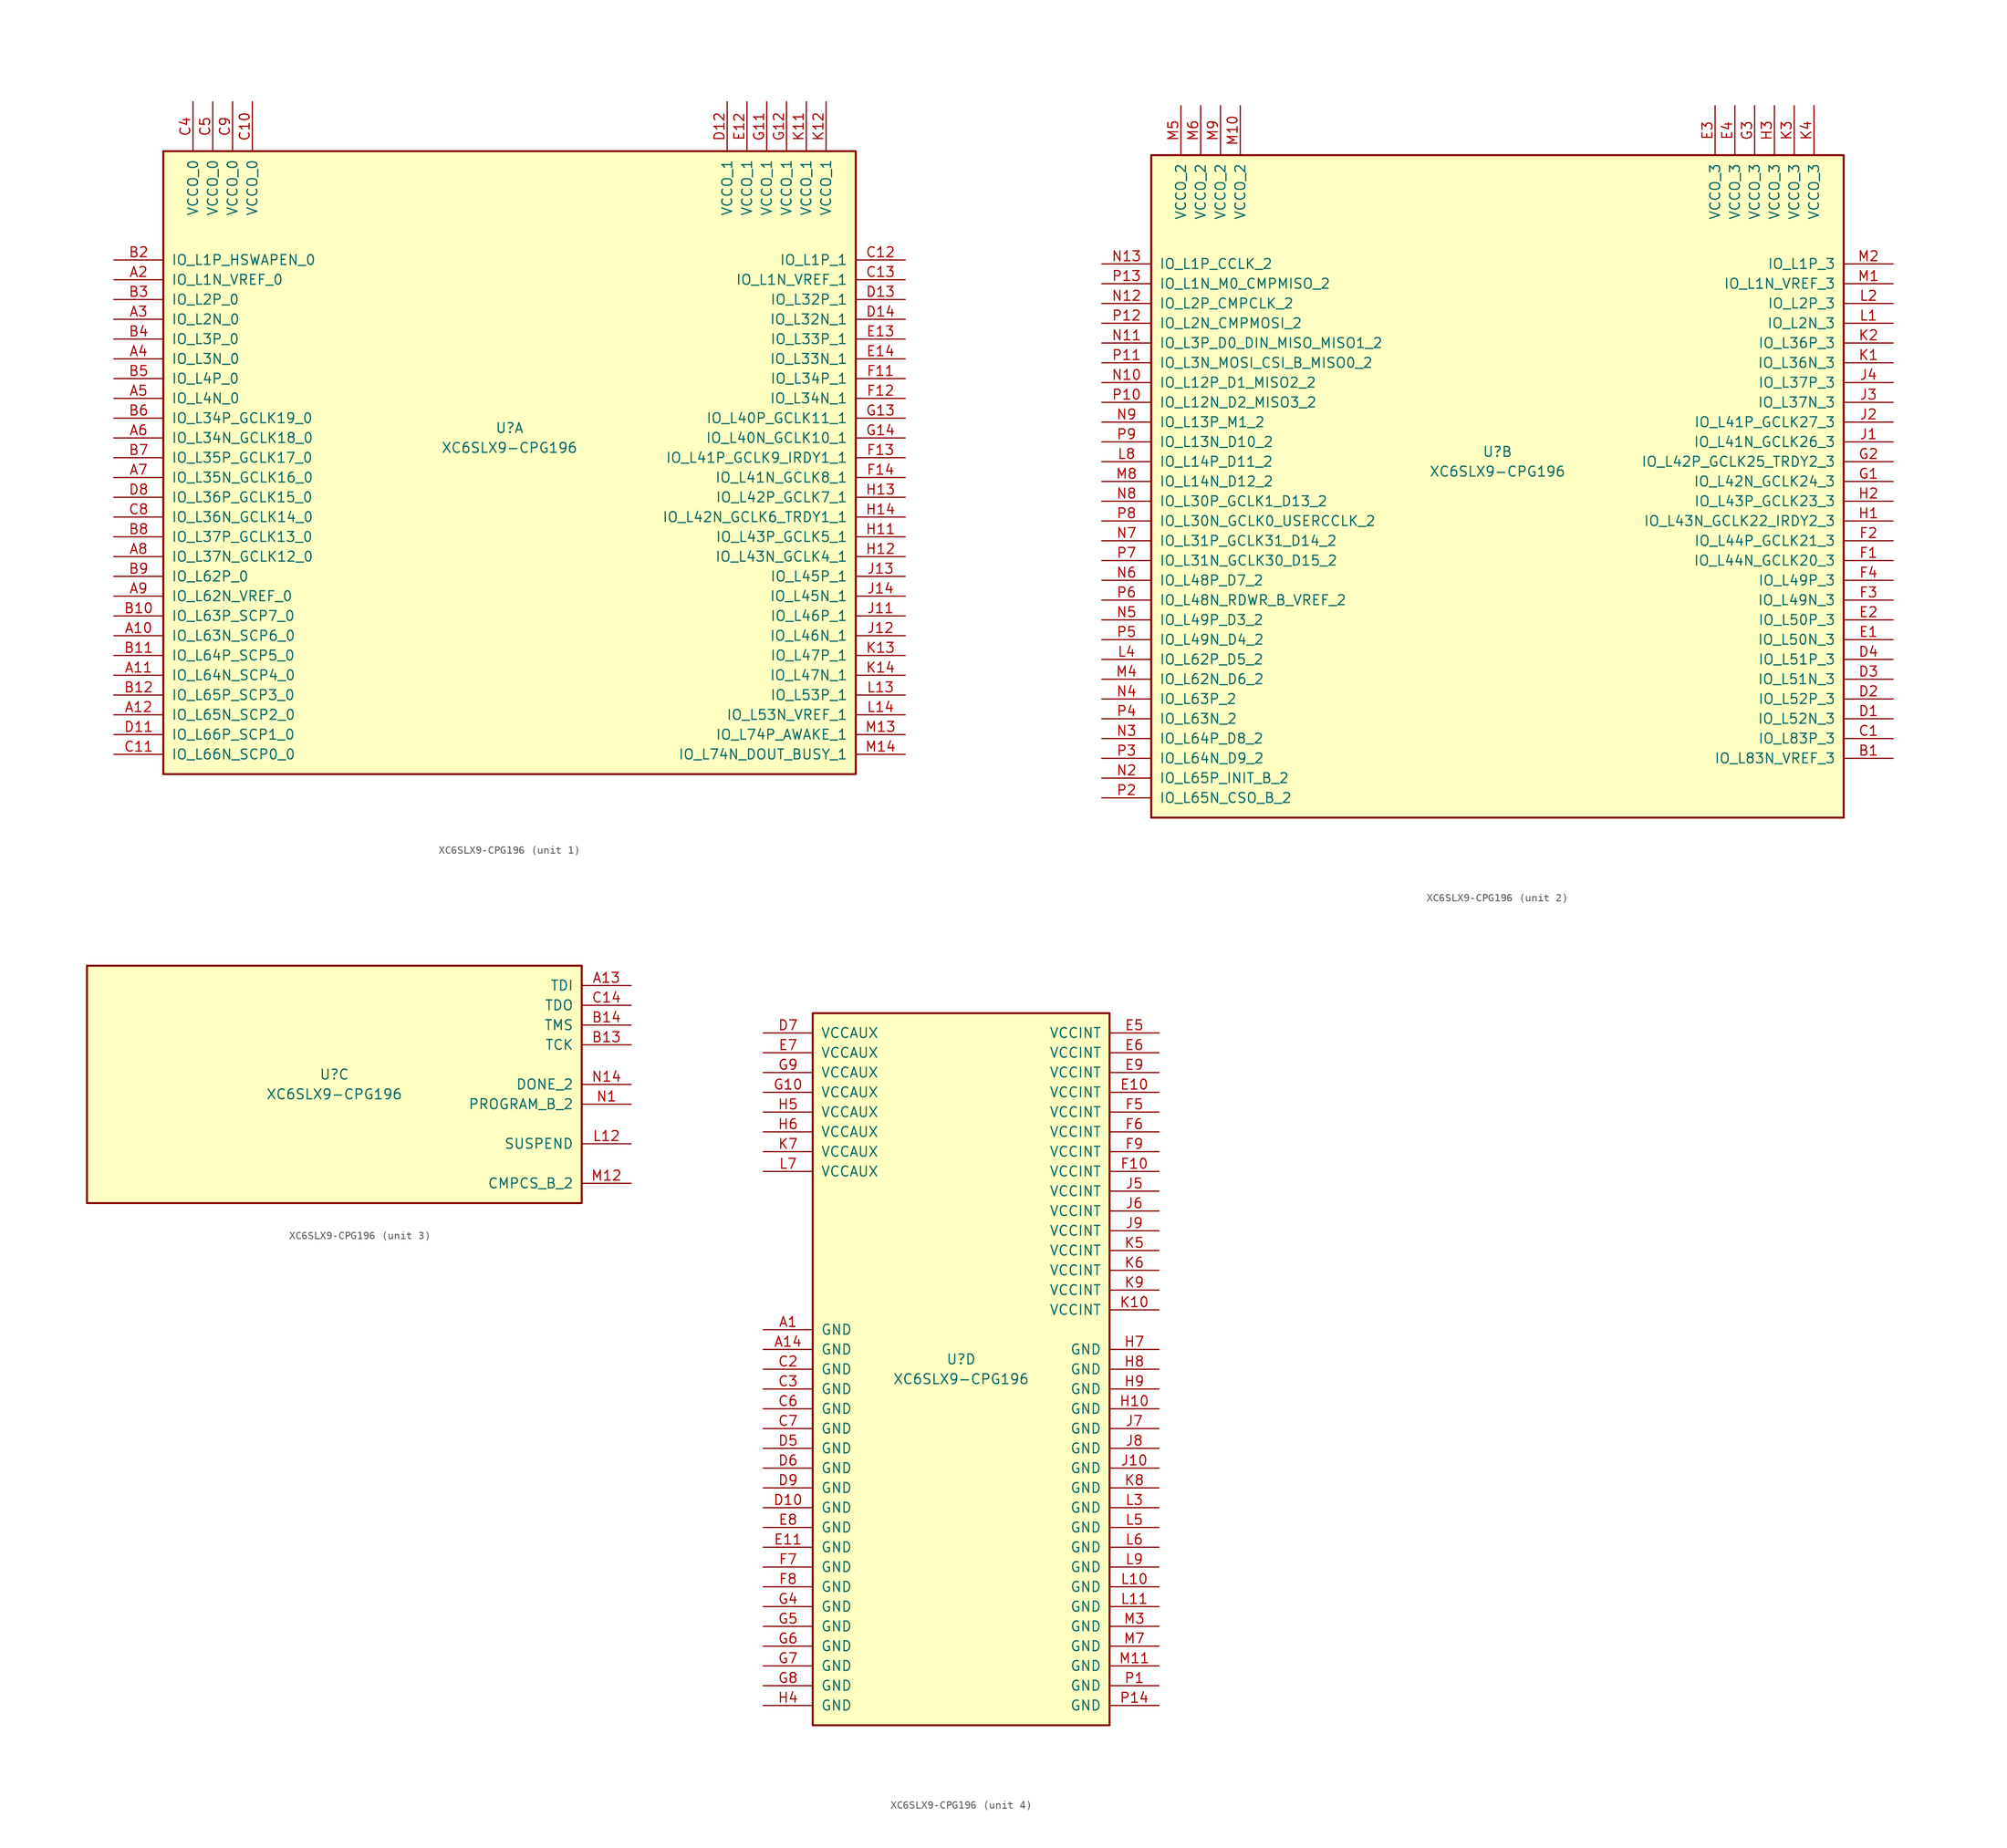
<source format=kicad_sym>
(kicad_symbol_lib
  (version 20201005)
  (generator kicad_symbol_editor)
  (symbol "FPGA_Xilinx_Spartan6:XC6SLX9-CPG196"
    (pin_names
      (offset 1.016))
    (property "Reference" "U"
      (at 0 1.27 0)
      (effects (font (size 1.27 1.27))))
    (property "Value" "XC6SLX9-CPG196"
      (at 0 -1.27 0)
      (effects (font (size 1.27 1.27))))
    (property "Datasheet" ""
      (at 0 0 0)
      (effects (font (size 1.27 1.27))))
    (property "ki_locked" ""
      (at 0 0 0)
      (effects (font (size 1.27 1.27))))
    (symbol "XC6SLX9-CPG196_1_1"
      (rectangle (start -44.45 36.83) (end 44.45 -43.18) (stroke (width 0.254)) (fill (type background)))
      (pin power_in line (at -40.64 43.18 270) (length 6.35) (name "VCCO_0" (effects (font (size 1.27 1.27)))) (number "C4" (effects (font (size 1.27 1.27)))))
      (pin power_in line (at -38.1 43.18 270) (length 6.35) (name "VCCO_0" (effects (font (size 1.27 1.27)))) (number "C5" (effects (font (size 1.27 1.27)))))
      (pin power_in line (at -35.56 43.18 270) (length 6.35) (name "VCCO_0" (effects (font (size 1.27 1.27)))) (number "C9" (effects (font (size 1.27 1.27)))))
      (pin power_in line (at -33.02 43.18 270) (length 6.35) (name "VCCO_0" (effects (font (size 1.27 1.27)))) (number "C10" (effects (font (size 1.27 1.27)))))
      (pin bidirectional line (at -50.8 22.86 0) (length 6.35) (name "IO_L1P_HSWAPEN_0" (effects (font (size 1.27 1.27)))) (number "B2" (effects (font (size 1.27 1.27)))))
      (pin bidirectional line (at -50.8 20.32 0) (length 6.35) (name "IO_L1N_VREF_0" (effects (font (size 1.27 1.27)))) (number "A2" (effects (font (size 1.27 1.27)))))
      (pin bidirectional line (at -50.8 17.78 0) (length 6.35) (name "IO_L2P_0" (effects (font (size 1.27 1.27)))) (number "B3" (effects (font (size 1.27 1.27)))))
      (pin bidirectional line (at -50.8 15.24 0) (length 6.35) (name "IO_L2N_0" (effects (font (size 1.27 1.27)))) (number "A3" (effects (font (size 1.27 1.27)))))
      (pin bidirectional line (at -50.8 12.7 0) (length 6.35) (name "IO_L3P_0" (effects (font (size 1.27 1.27)))) (number "B4" (effects (font (size 1.27 1.27)))))
      (pin bidirectional line (at -50.8 10.16 0) (length 6.35) (name "IO_L3N_0" (effects (font (size 1.27 1.27)))) (number "A4" (effects (font (size 1.27 1.27)))))
      (pin bidirectional line (at -50.8 7.62 0) (length 6.35) (name "IO_L4P_0" (effects (font (size 1.27 1.27)))) (number "B5" (effects (font (size 1.27 1.27)))))
      (pin bidirectional line (at -50.8 5.08 0) (length 6.35) (name "IO_L4N_0" (effects (font (size 1.27 1.27)))) (number "A5" (effects (font (size 1.27 1.27)))))
      (pin bidirectional line (at -50.8 2.54 0) (length 6.35) (name "IO_L34P_GCLK19_0" (effects (font (size 1.27 1.27)))) (number "B6" (effects (font (size 1.27 1.27)))))
      (pin bidirectional line (at -50.8 0 0) (length 6.35) (name "IO_L34N_GCLK18_0" (effects (font (size 1.27 1.27)))) (number "A6" (effects (font (size 1.27 1.27)))))
      (pin bidirectional line (at -50.8 -2.54 0) (length 6.35) (name "IO_L35P_GCLK17_0" (effects (font (size 1.27 1.27)))) (number "B7" (effects (font (size 1.27 1.27)))))
      (pin bidirectional line (at -50.8 -5.08 0) (length 6.35) (name "IO_L35N_GCLK16_0" (effects (font (size 1.27 1.27)))) (number "A7" (effects (font (size 1.27 1.27)))))
      (pin bidirectional line (at -50.8 -7.62 0) (length 6.35) (name "IO_L36P_GCLK15_0" (effects (font (size 1.27 1.27)))) (number "D8" (effects (font (size 1.27 1.27)))))
      (pin bidirectional line (at -50.8 -10.16 0) (length 6.35) (name "IO_L36N_GCLK14_0" (effects (font (size 1.27 1.27)))) (number "C8" (effects (font (size 1.27 1.27)))))
      (pin bidirectional line (at -50.8 -12.7 0) (length 6.35) (name "IO_L37P_GCLK13_0" (effects (font (size 1.27 1.27)))) (number "B8" (effects (font (size 1.27 1.27)))))
      (pin bidirectional line (at -50.8 -15.24 0) (length 6.35) (name "IO_L37N_GCLK12_0" (effects (font (size 1.27 1.27)))) (number "A8" (effects (font (size 1.27 1.27)))))
      (pin bidirectional line (at -50.8 -17.78 0) (length 6.35) (name "IO_L62P_0" (effects (font (size 1.27 1.27)))) (number "B9" (effects (font (size 1.27 1.27)))))
      (pin bidirectional line (at -50.8 -20.32 0) (length 6.35) (name "IO_L62N_VREF_0" (effects (font (size 1.27 1.27)))) (number "A9" (effects (font (size 1.27 1.27)))))
      (pin bidirectional line (at -50.8 -22.86 0) (length 6.35) (name "IO_L63P_SCP7_0" (effects (font (size 1.27 1.27)))) (number "B10" (effects (font (size 1.27 1.27)))))
      (pin bidirectional line (at -50.8 -25.4 0) (length 6.35) (name "IO_L63N_SCP6_0" (effects (font (size 1.27 1.27)))) (number "A10" (effects (font (size 1.27 1.27)))))
      (pin bidirectional line (at -50.8 -27.94 0) (length 6.35) (name "IO_L64P_SCP5_0" (effects (font (size 1.27 1.27)))) (number "B11" (effects (font (size 1.27 1.27)))))
      (pin bidirectional line (at -50.8 -30.48 0) (length 6.35) (name "IO_L64N_SCP4_0" (effects (font (size 1.27 1.27)))) (number "A11" (effects (font (size 1.27 1.27)))))
      (pin bidirectional line (at -50.8 -33.02 0) (length 6.35) (name "IO_L65P_SCP3_0" (effects (font (size 1.27 1.27)))) (number "B12" (effects (font (size 1.27 1.27)))))
      (pin bidirectional line (at -50.8 -35.56 0) (length 6.35) (name "IO_L65N_SCP2_0" (effects (font (size 1.27 1.27)))) (number "A12" (effects (font (size 1.27 1.27)))))
      (pin bidirectional line (at -50.8 -38.1 0) (length 6.35) (name "IO_L66P_SCP1_0" (effects (font (size 1.27 1.27)))) (number "D11" (effects (font (size 1.27 1.27)))))
      (pin bidirectional line (at -50.8 -40.64 0) (length 6.35) (name "IO_L66N_SCP0_0" (effects (font (size 1.27 1.27)))) (number "C11" (effects (font (size 1.27 1.27)))))
      (pin power_in line (at 27.94 43.18 270) (length 6.35) (name "VCCO_1" (effects (font (size 1.27 1.27)))) (number "D12" (effects (font (size 1.27 1.27)))))
      (pin power_in line (at 30.48 43.18 270) (length 6.35) (name "VCCO_1" (effects (font (size 1.27 1.27)))) (number "E12" (effects (font (size 1.27 1.27)))))
      (pin power_in line (at 33.02 43.18 270) (length 6.35) (name "VCCO_1" (effects (font (size 1.27 1.27)))) (number "G11" (effects (font (size 1.27 1.27)))))
      (pin power_in line (at 35.56 43.18 270) (length 6.35) (name "VCCO_1" (effects (font (size 1.27 1.27)))) (number "G12" (effects (font (size 1.27 1.27)))))
      (pin power_in line (at 38.1 43.18 270) (length 6.35) (name "VCCO_1" (effects (font (size 1.27 1.27)))) (number "K11" (effects (font (size 1.27 1.27)))))
      (pin power_in line (at 40.64 43.18 270) (length 6.35) (name "VCCO_1" (effects (font (size 1.27 1.27)))) (number "K12" (effects (font (size 1.27 1.27)))))
      (pin bidirectional line (at 50.8 22.86 180) (length 6.35) (name "IO_L1P_1" (effects (font (size 1.27 1.27)))) (number "C12" (effects (font (size 1.27 1.27)))))
      (pin bidirectional line (at 50.8 20.32 180) (length 6.35) (name "IO_L1N_VREF_1" (effects (font (size 1.27 1.27)))) (number "C13" (effects (font (size 1.27 1.27)))))
      (pin bidirectional line (at 50.8 17.78 180) (length 6.35) (name "IO_L32P_1" (effects (font (size 1.27 1.27)))) (number "D13" (effects (font (size 1.27 1.27)))))
      (pin bidirectional line (at 50.8 15.24 180) (length 6.35) (name "IO_L32N_1" (effects (font (size 1.27 1.27)))) (number "D14" (effects (font (size 1.27 1.27)))))
      (pin bidirectional line (at 50.8 12.7 180) (length 6.35) (name "IO_L33P_1" (effects (font (size 1.27 1.27)))) (number "E13" (effects (font (size 1.27 1.27)))))
      (pin bidirectional line (at 50.8 10.16 180) (length 6.35) (name "IO_L33N_1" (effects (font (size 1.27 1.27)))) (number "E14" (effects (font (size 1.27 1.27)))))
      (pin bidirectional line (at 50.8 7.62 180) (length 6.35) (name "IO_L34P_1" (effects (font (size 1.27 1.27)))) (number "F11" (effects (font (size 1.27 1.27)))))
      (pin bidirectional line (at 50.8 5.08 180) (length 6.35) (name "IO_L34N_1" (effects (font (size 1.27 1.27)))) (number "F12" (effects (font (size 1.27 1.27)))))
      (pin bidirectional line (at 50.8 2.54 180) (length 6.35) (name "IO_L40P_GCLK11_1" (effects (font (size 1.27 1.27)))) (number "G13" (effects (font (size 1.27 1.27)))))
      (pin bidirectional line (at 50.8 0 180) (length 6.35) (name "IO_L40N_GCLK10_1" (effects (font (size 1.27 1.27)))) (number "G14" (effects (font (size 1.27 1.27)))))
      (pin bidirectional line (at 50.8 -2.54 180) (length 6.35) (name "IO_L41P_GCLK9_IRDY1_1" (effects (font (size 1.27 1.27)))) (number "F13" (effects (font (size 1.27 1.27)))))
      (pin bidirectional line (at 50.8 -5.08 180) (length 6.35) (name "IO_L41N_GCLK8_1" (effects (font (size 1.27 1.27)))) (number "F14" (effects (font (size 1.27 1.27)))))
      (pin bidirectional line (at 50.8 -7.62 180) (length 6.35) (name "IO_L42P_GCLK7_1" (effects (font (size 1.27 1.27)))) (number "H13" (effects (font (size 1.27 1.27)))))
      (pin bidirectional line (at 50.8 -10.16 180) (length 6.35) (name "IO_L42N_GCLK6_TRDY1_1" (effects (font (size 1.27 1.27)))) (number "H14" (effects (font (size 1.27 1.27)))))
      (pin bidirectional line (at 50.8 -12.7 180) (length 6.35) (name "IO_L43P_GCLK5_1" (effects (font (size 1.27 1.27)))) (number "H11" (effects (font (size 1.27 1.27)))))
      (pin bidirectional line (at 50.8 -15.24 180) (length 6.35) (name "IO_L43N_GCLK4_1" (effects (font (size 1.27 1.27)))) (number "H12" (effects (font (size 1.27 1.27)))))
      (pin bidirectional line (at 50.8 -17.78 180) (length 6.35) (name "IO_L45P_1" (effects (font (size 1.27 1.27)))) (number "J13" (effects (font (size 1.27 1.27)))))
      (pin bidirectional line (at 50.8 -20.32 180) (length 6.35) (name "IO_L45N_1" (effects (font (size 1.27 1.27)))) (number "J14" (effects (font (size 1.27 1.27)))))
      (pin bidirectional line (at 50.8 -22.86 180) (length 6.35) (name "IO_L46P_1" (effects (font (size 1.27 1.27)))) (number "J11" (effects (font (size 1.27 1.27)))))
      (pin bidirectional line (at 50.8 -25.4 180) (length 6.35) (name "IO_L46N_1" (effects (font (size 1.27 1.27)))) (number "J12" (effects (font (size 1.27 1.27)))))
      (pin bidirectional line (at 50.8 -27.94 180) (length 6.35) (name "IO_L47P_1" (effects (font (size 1.27 1.27)))) (number "K13" (effects (font (size 1.27 1.27)))))
      (pin bidirectional line (at 50.8 -30.48 180) (length 6.35) (name "IO_L47N_1" (effects (font (size 1.27 1.27)))) (number "K14" (effects (font (size 1.27 1.27)))))
      (pin bidirectional line (at 50.8 -33.02 180) (length 6.35) (name "IO_L53P_1" (effects (font (size 1.27 1.27)))) (number "L13" (effects (font (size 1.27 1.27)))))
      (pin bidirectional line (at 50.8 -35.56 180) (length 6.35) (name "IO_L53N_VREF_1" (effects (font (size 1.27 1.27)))) (number "L14" (effects (font (size 1.27 1.27)))))
      (pin bidirectional line (at 50.8 -38.1 180) (length 6.35) (name "IO_L74P_AWAKE_1" (effects (font (size 1.27 1.27)))) (number "M13" (effects (font (size 1.27 1.27)))))
      (pin bidirectional line (at 50.8 -40.64 180) (length 6.35) (name "IO_L74N_DOUT_BUSY_1" (effects (font (size 1.27 1.27)))) (number "M14" (effects (font (size 1.27 1.27))))))
    (symbol "XC6SLX9-CPG196_2_1"
      (rectangle (start -44.45 39.37) (end 44.45 -45.72) (stroke (width 0.254)) (fill (type background)))
      (pin power_in line (at -40.64 45.72 270) (length 6.35) (name "VCCO_2" (effects (font (size 1.27 1.27)))) (number "M5" (effects (font (size 1.27 1.27)))))
      (pin power_in line (at -38.1 45.72 270) (length 6.35) (name "VCCO_2" (effects (font (size 1.27 1.27)))) (number "M6" (effects (font (size 1.27 1.27)))))
      (pin power_in line (at -35.56 45.72 270) (length 6.35) (name "VCCO_2" (effects (font (size 1.27 1.27)))) (number "M9" (effects (font (size 1.27 1.27)))))
      (pin power_in line (at -33.02 45.72 270) (length 6.35) (name "VCCO_2" (effects (font (size 1.27 1.27)))) (number "M10" (effects (font (size 1.27 1.27)))))
      (pin bidirectional line (at -50.8 25.4 0) (length 6.35) (name "IO_L1P_CCLK_2" (effects (font (size 1.27 1.27)))) (number "N13" (effects (font (size 1.27 1.27)))))
      (pin bidirectional line (at -50.8 22.86 0) (length 6.35) (name "IO_L1N_M0_CMPMISO_2" (effects (font (size 1.27 1.27)))) (number "P13" (effects (font (size 1.27 1.27)))))
      (pin bidirectional line (at -50.8 20.32 0) (length 6.35) (name "IO_L2P_CMPCLK_2" (effects (font (size 1.27 1.27)))) (number "N12" (effects (font (size 1.27 1.27)))))
      (pin bidirectional line (at -50.8 17.78 0) (length 6.35) (name "IO_L2N_CMPMOSI_2" (effects (font (size 1.27 1.27)))) (number "P12" (effects (font (size 1.27 1.27)))))
      (pin bidirectional line (at -50.8 15.24 0) (length 6.35) (name "IO_L3P_D0_DIN_MISO_MISO1_2" (effects (font (size 1.27 1.27)))) (number "N11" (effects (font (size 1.27 1.27)))))
      (pin bidirectional line (at -50.8 12.7 0) (length 6.35) (name "IO_L3N_MOSI_CSI_B_MISO0_2" (effects (font (size 1.27 1.27)))) (number "P11" (effects (font (size 1.27 1.27)))))
      (pin bidirectional line (at -50.8 10.16 0) (length 6.35) (name "IO_L12P_D1_MISO2_2" (effects (font (size 1.27 1.27)))) (number "N10" (effects (font (size 1.27 1.27)))))
      (pin bidirectional line (at -50.8 7.62 0) (length 6.35) (name "IO_L12N_D2_MISO3_2" (effects (font (size 1.27 1.27)))) (number "P10" (effects (font (size 1.27 1.27)))))
      (pin bidirectional line (at -50.8 5.08 0) (length 6.35) (name "IO_L13P_M1_2" (effects (font (size 1.27 1.27)))) (number "N9" (effects (font (size 1.27 1.27)))))
      (pin bidirectional line (at -50.8 2.54 0) (length 6.35) (name "IO_L13N_D10_2" (effects (font (size 1.27 1.27)))) (number "P9" (effects (font (size 1.27 1.27)))))
      (pin bidirectional line (at -50.8 0 0) (length 6.35) (name "IO_L14P_D11_2" (effects (font (size 1.27 1.27)))) (number "L8" (effects (font (size 1.27 1.27)))))
      (pin bidirectional line (at -50.8 -2.54 0) (length 6.35) (name "IO_L14N_D12_2" (effects (font (size 1.27 1.27)))) (number "M8" (effects (font (size 1.27 1.27)))))
      (pin bidirectional line (at -50.8 -5.08 0) (length 6.35) (name "IO_L30P_GCLK1_D13_2" (effects (font (size 1.27 1.27)))) (number "N8" (effects (font (size 1.27 1.27)))))
      (pin bidirectional line (at -50.8 -7.62 0) (length 6.35) (name "IO_L30N_GCLK0_USERCCLK_2" (effects (font (size 1.27 1.27)))) (number "P8" (effects (font (size 1.27 1.27)))))
      (pin bidirectional line (at -50.8 -10.16 0) (length 6.35) (name "IO_L31P_GCLK31_D14_2" (effects (font (size 1.27 1.27)))) (number "N7" (effects (font (size 1.27 1.27)))))
      (pin bidirectional line (at -50.8 -12.7 0) (length 6.35) (name "IO_L31N_GCLK30_D15_2" (effects (font (size 1.27 1.27)))) (number "P7" (effects (font (size 1.27 1.27)))))
      (pin bidirectional line (at -50.8 -15.24 0) (length 6.35) (name "IO_L48P_D7_2" (effects (font (size 1.27 1.27)))) (number "N6" (effects (font (size 1.27 1.27)))))
      (pin bidirectional line (at -50.8 -17.78 0) (length 6.35) (name "IO_L48N_RDWR_B_VREF_2" (effects (font (size 1.27 1.27)))) (number "P6" (effects (font (size 1.27 1.27)))))
      (pin bidirectional line (at -50.8 -20.32 0) (length 6.35) (name "IO_L49P_D3_2" (effects (font (size 1.27 1.27)))) (number "N5" (effects (font (size 1.27 1.27)))))
      (pin bidirectional line (at -50.8 -22.86 0) (length 6.35) (name "IO_L49N_D4_2" (effects (font (size 1.27 1.27)))) (number "P5" (effects (font (size 1.27 1.27)))))
      (pin bidirectional line (at -50.8 -25.4 0) (length 6.35) (name "IO_L62P_D5_2" (effects (font (size 1.27 1.27)))) (number "L4" (effects (font (size 1.27 1.27)))))
      (pin bidirectional line (at -50.8 -27.94 0) (length 6.35) (name "IO_L62N_D6_2" (effects (font (size 1.27 1.27)))) (number "M4" (effects (font (size 1.27 1.27)))))
      (pin bidirectional line (at -50.8 -30.48 0) (length 6.35) (name "IO_L63P_2" (effects (font (size 1.27 1.27)))) (number "N4" (effects (font (size 1.27 1.27)))))
      (pin bidirectional line (at -50.8 -33.02 0) (length 6.35) (name "IO_L63N_2" (effects (font (size 1.27 1.27)))) (number "P4" (effects (font (size 1.27 1.27)))))
      (pin bidirectional line (at -50.8 -35.56 0) (length 6.35) (name "IO_L64P_D8_2" (effects (font (size 1.27 1.27)))) (number "N3" (effects (font (size 1.27 1.27)))))
      (pin bidirectional line (at -50.8 -38.1 0) (length 6.35) (name "IO_L64N_D9_2" (effects (font (size 1.27 1.27)))) (number "P3" (effects (font (size 1.27 1.27)))))
      (pin bidirectional line (at -50.8 -40.64 0) (length 6.35) (name "IO_L65P_INIT_B_2" (effects (font (size 1.27 1.27)))) (number "N2" (effects (font (size 1.27 1.27)))))
      (pin bidirectional line (at -50.8 -43.18 0) (length 6.35) (name "IO_L65N_CSO_B_2" (effects (font (size 1.27 1.27)))) (number "P2" (effects (font (size 1.27 1.27)))))
      (pin power_in line (at 27.94 45.72 270) (length 6.35) (name "VCCO_3" (effects (font (size 1.27 1.27)))) (number "E3" (effects (font (size 1.27 1.27)))))
      (pin power_in line (at 30.48 45.72 270) (length 6.35) (name "VCCO_3" (effects (font (size 1.27 1.27)))) (number "E4" (effects (font (size 1.27 1.27)))))
      (pin power_in line (at 33.02 45.72 270) (length 6.35) (name "VCCO_3" (effects (font (size 1.27 1.27)))) (number "G3" (effects (font (size 1.27 1.27)))))
      (pin power_in line (at 35.56 45.72 270) (length 6.35) (name "VCCO_3" (effects (font (size 1.27 1.27)))) (number "H3" (effects (font (size 1.27 1.27)))))
      (pin power_in line (at 38.1 45.72 270) (length 6.35) (name "VCCO_3" (effects (font (size 1.27 1.27)))) (number "K3" (effects (font (size 1.27 1.27)))))
      (pin power_in line (at 40.64 45.72 270) (length 6.35) (name "VCCO_3" (effects (font (size 1.27 1.27)))) (number "K4" (effects (font (size 1.27 1.27)))))
      (pin bidirectional line (at 50.8 25.4 180) (length 6.35) (name "IO_L1P_3" (effects (font (size 1.27 1.27)))) (number "M2" (effects (font (size 1.27 1.27)))))
      (pin bidirectional line (at 50.8 22.86 180) (length 6.35) (name "IO_L1N_VREF_3" (effects (font (size 1.27 1.27)))) (number "M1" (effects (font (size 1.27 1.27)))))
      (pin bidirectional line (at 50.8 20.32 180) (length 6.35) (name "IO_L2P_3" (effects (font (size 1.27 1.27)))) (number "L2" (effects (font (size 1.27 1.27)))))
      (pin bidirectional line (at 50.8 17.78 180) (length 6.35) (name "IO_L2N_3" (effects (font (size 1.27 1.27)))) (number "L1" (effects (font (size 1.27 1.27)))))
      (pin bidirectional line (at 50.8 15.24 180) (length 6.35) (name "IO_L36P_3" (effects (font (size 1.27 1.27)))) (number "K2" (effects (font (size 1.27 1.27)))))
      (pin bidirectional line (at 50.8 12.7 180) (length 6.35) (name "IO_L36N_3" (effects (font (size 1.27 1.27)))) (number "K1" (effects (font (size 1.27 1.27)))))
      (pin bidirectional line (at 50.8 10.16 180) (length 6.35) (name "IO_L37P_3" (effects (font (size 1.27 1.27)))) (number "J4" (effects (font (size 1.27 1.27)))))
      (pin bidirectional line (at 50.8 7.62 180) (length 6.35) (name "IO_L37N_3" (effects (font (size 1.27 1.27)))) (number "J3" (effects (font (size 1.27 1.27)))))
      (pin bidirectional line (at 50.8 5.08 180) (length 6.35) (name "IO_L41P_GCLK27_3" (effects (font (size 1.27 1.27)))) (number "J2" (effects (font (size 1.27 1.27)))))
      (pin bidirectional line (at 50.8 2.54 180) (length 6.35) (name "IO_L41N_GCLK26_3" (effects (font (size 1.27 1.27)))) (number "J1" (effects (font (size 1.27 1.27)))))
      (pin bidirectional line (at 50.8 0 180) (length 6.35) (name "IO_L42P_GCLK25_TRDY2_3" (effects (font (size 1.27 1.27)))) (number "G2" (effects (font (size 1.27 1.27)))))
      (pin bidirectional line (at 50.8 -2.54 180) (length 6.35) (name "IO_L42N_GCLK24_3" (effects (font (size 1.27 1.27)))) (number "G1" (effects (font (size 1.27 1.27)))))
      (pin bidirectional line (at 50.8 -5.08 180) (length 6.35) (name "IO_L43P_GCLK23_3" (effects (font (size 1.27 1.27)))) (number "H2" (effects (font (size 1.27 1.27)))))
      (pin bidirectional line (at 50.8 -7.62 180) (length 6.35) (name "IO_L43N_GCLK22_IRDY2_3" (effects (font (size 1.27 1.27)))) (number "H1" (effects (font (size 1.27 1.27)))))
      (pin bidirectional line (at 50.8 -10.16 180) (length 6.35) (name "IO_L44P_GCLK21_3" (effects (font (size 1.27 1.27)))) (number "F2" (effects (font (size 1.27 1.27)))))
      (pin bidirectional line (at 50.8 -12.7 180) (length 6.35) (name "IO_L44N_GCLK20_3" (effects (font (size 1.27 1.27)))) (number "F1" (effects (font (size 1.27 1.27)))))
      (pin bidirectional line (at 50.8 -15.24 180) (length 6.35) (name "IO_L49P_3" (effects (font (size 1.27 1.27)))) (number "F4" (effects (font (size 1.27 1.27)))))
      (pin bidirectional line (at 50.8 -17.78 180) (length 6.35) (name "IO_L49N_3" (effects (font (size 1.27 1.27)))) (number "F3" (effects (font (size 1.27 1.27)))))
      (pin bidirectional line (at 50.8 -20.32 180) (length 6.35) (name "IO_L50P_3" (effects (font (size 1.27 1.27)))) (number "E2" (effects (font (size 1.27 1.27)))))
      (pin bidirectional line (at 50.8 -22.86 180) (length 6.35) (name "IO_L50N_3" (effects (font (size 1.27 1.27)))) (number "E1" (effects (font (size 1.27 1.27)))))
      (pin bidirectional line (at 50.8 -25.4 180) (length 6.35) (name "IO_L51P_3" (effects (font (size 1.27 1.27)))) (number "D4" (effects (font (size 1.27 1.27)))))
      (pin bidirectional line (at 50.8 -27.94 180) (length 6.35) (name "IO_L51N_3" (effects (font (size 1.27 1.27)))) (number "D3" (effects (font (size 1.27 1.27)))))
      (pin bidirectional line (at 50.8 -30.48 180) (length 6.35) (name "IO_L52P_3" (effects (font (size 1.27 1.27)))) (number "D2" (effects (font (size 1.27 1.27)))))
      (pin bidirectional line (at 50.8 -33.02 180) (length 6.35) (name "IO_L52N_3" (effects (font (size 1.27 1.27)))) (number "D1" (effects (font (size 1.27 1.27)))))
      (pin bidirectional line (at 50.8 -35.56 180) (length 6.35) (name "IO_L83P_3" (effects (font (size 1.27 1.27)))) (number "C1" (effects (font (size 1.27 1.27)))))
      (pin bidirectional line (at 50.8 -38.1 180) (length 6.35) (name "IO_L83N_VREF_3" (effects (font (size 1.27 1.27)))) (number "B1" (effects (font (size 1.27 1.27))))))
    (symbol "XC6SLX9-CPG196_3_1"
      (rectangle (start -31.75 15.24) (end 31.75 -15.24) (stroke (width 0.254)) (fill (type background)))
      (pin bidirectional line (at 38.1 12.7 180) (length 6.35) (name "TDI" (effects (font (size 1.27 1.27)))) (number "A13" (effects (font (size 1.27 1.27)))))
      (pin bidirectional line (at 38.1 10.16 180) (length 6.35) (name "TDO" (effects (font (size 1.27 1.27)))) (number "C14" (effects (font (size 1.27 1.27)))))
      (pin bidirectional line (at 38.1 7.62 180) (length 6.35) (name "TMS" (effects (font (size 1.27 1.27)))) (number "B14" (effects (font (size 1.27 1.27)))))
      (pin bidirectional line (at 38.1 5.08 180) (length 6.35) (name "TCK" (effects (font (size 1.27 1.27)))) (number "B13" (effects (font (size 1.27 1.27)))))
      (pin bidirectional line (at 38.1 0 180) (length 6.35) (name "DONE_2" (effects (font (size 1.27 1.27)))) (number "N14" (effects (font (size 1.27 1.27)))))
      (pin bidirectional line (at 38.1 -2.54 180) (length 6.35) (name "PROGRAM_B_2" (effects (font (size 1.27 1.27)))) (number "N1" (effects (font (size 1.27 1.27)))))
      (pin bidirectional line (at 38.1 -7.62 180) (length 6.35) (name "SUSPEND" (effects (font (size 1.27 1.27)))) (number "L12" (effects (font (size 1.27 1.27)))))
      (pin bidirectional line (at 38.1 -12.7 180) (length 6.35) (name "CMPCS_B_2" (effects (font (size 1.27 1.27)))) (number "M12" (effects (font (size 1.27 1.27))))))
    (symbol "XC6SLX9-CPG196_4_1"
      (rectangle (start -19.05 45.72) (end 19.05 -45.72) (stroke (width 0.254)) (fill (type background)))
      (pin power_in line (at -25.4 43.18 0) (length 6.35) (name "VCCAUX" (effects (font (size 1.27 1.27)))) (number "D7" (effects (font (size 1.27 1.27)))))
      (pin power_in line (at -25.4 40.64 0) (length 6.35) (name "VCCAUX" (effects (font (size 1.27 1.27)))) (number "E7" (effects (font (size 1.27 1.27)))))
      (pin power_in line (at -25.4 38.1 0) (length 6.35) (name "VCCAUX" (effects (font (size 1.27 1.27)))) (number "G9" (effects (font (size 1.27 1.27)))))
      (pin power_in line (at -25.4 35.56 0) (length 6.35) (name "VCCAUX" (effects (font (size 1.27 1.27)))) (number "G10" (effects (font (size 1.27 1.27)))))
      (pin power_in line (at -25.4 33.02 0) (length 6.35) (name "VCCAUX" (effects (font (size 1.27 1.27)))) (number "H5" (effects (font (size 1.27 1.27)))))
      (pin power_in line (at -25.4 30.48 0) (length 6.35) (name "VCCAUX" (effects (font (size 1.27 1.27)))) (number "H6" (effects (font (size 1.27 1.27)))))
      (pin power_in line (at -25.4 27.94 0) (length 6.35) (name "VCCAUX" (effects (font (size 1.27 1.27)))) (number "K7" (effects (font (size 1.27 1.27)))))
      (pin power_in line (at -25.4 25.4 0) (length 6.35) (name "VCCAUX" (effects (font (size 1.27 1.27)))) (number "L7" (effects (font (size 1.27 1.27)))))
      (pin power_in line (at -25.4 5.08 0) (length 6.35) (name "GND" (effects (font (size 1.27 1.27)))) (number "A1" (effects (font (size 1.27 1.27)))))
      (pin power_in line (at -25.4 2.54 0) (length 6.35) (name "GND" (effects (font (size 1.27 1.27)))) (number "A14" (effects (font (size 1.27 1.27)))))
      (pin power_in line (at -25.4 0 0) (length 6.35) (name "GND" (effects (font (size 1.27 1.27)))) (number "C2" (effects (font (size 1.27 1.27)))))
      (pin power_in line (at -25.4 -2.54 0) (length 6.35) (name "GND" (effects (font (size 1.27 1.27)))) (number "C3" (effects (font (size 1.27 1.27)))))
      (pin power_in line (at -25.4 -5.08 0) (length 6.35) (name "GND" (effects (font (size 1.27 1.27)))) (number "C6" (effects (font (size 1.27 1.27)))))
      (pin power_in line (at -25.4 -7.62 0) (length 6.35) (name "GND" (effects (font (size 1.27 1.27)))) (number "C7" (effects (font (size 1.27 1.27)))))
      (pin power_in line (at -25.4 -10.16 0) (length 6.35) (name "GND" (effects (font (size 1.27 1.27)))) (number "D5" (effects (font (size 1.27 1.27)))))
      (pin power_in line (at -25.4 -12.7 0) (length 6.35) (name "GND" (effects (font (size 1.27 1.27)))) (number "D6" (effects (font (size 1.27 1.27)))))
      (pin power_in line (at -25.4 -15.24 0) (length 6.35) (name "GND" (effects (font (size 1.27 1.27)))) (number "D9" (effects (font (size 1.27 1.27)))))
      (pin power_in line (at -25.4 -17.78 0) (length 6.35) (name "GND" (effects (font (size 1.27 1.27)))) (number "D10" (effects (font (size 1.27 1.27)))))
      (pin power_in line (at -25.4 -20.32 0) (length 6.35) (name "GND" (effects (font (size 1.27 1.27)))) (number "E8" (effects (font (size 1.27 1.27)))))
      (pin power_in line (at -25.4 -22.86 0) (length 6.35) (name "GND" (effects (font (size 1.27 1.27)))) (number "E11" (effects (font (size 1.27 1.27)))))
      (pin power_in line (at -25.4 -25.4 0) (length 6.35) (name "GND" (effects (font (size 1.27 1.27)))) (number "F7" (effects (font (size 1.27 1.27)))))
      (pin power_in line (at -25.4 -27.94 0) (length 6.35) (name "GND" (effects (font (size 1.27 1.27)))) (number "F8" (effects (font (size 1.27 1.27)))))
      (pin power_in line (at -25.4 -30.48 0) (length 6.35) (name "GND" (effects (font (size 1.27 1.27)))) (number "G4" (effects (font (size 1.27 1.27)))))
      (pin power_in line (at -25.4 -33.02 0) (length 6.35) (name "GND" (effects (font (size 1.27 1.27)))) (number "G5" (effects (font (size 1.27 1.27)))))
      (pin power_in line (at -25.4 -35.56 0) (length 6.35) (name "GND" (effects (font (size 1.27 1.27)))) (number "G6" (effects (font (size 1.27 1.27)))))
      (pin power_in line (at -25.4 -38.1 0) (length 6.35) (name "GND" (effects (font (size 1.27 1.27)))) (number "G7" (effects (font (size 1.27 1.27)))))
      (pin power_in line (at -25.4 -40.64 0) (length 6.35) (name "GND" (effects (font (size 1.27 1.27)))) (number "G8" (effects (font (size 1.27 1.27)))))
      (pin power_in line (at -25.4 -43.18 0) (length 6.35) (name "GND" (effects (font (size 1.27 1.27)))) (number "H4" (effects (font (size 1.27 1.27)))))
      (pin power_in line (at 25.4 43.18 180) (length 6.35) (name "VCCINT" (effects (font (size 1.27 1.27)))) (number "E5" (effects (font (size 1.27 1.27)))))
      (pin power_in line (at 25.4 40.64 180) (length 6.35) (name "VCCINT" (effects (font (size 1.27 1.27)))) (number "E6" (effects (font (size 1.27 1.27)))))
      (pin power_in line (at 25.4 38.1 180) (length 6.35) (name "VCCINT" (effects (font (size 1.27 1.27)))) (number "E9" (effects (font (size 1.27 1.27)))))
      (pin power_in line (at 25.4 35.56 180) (length 6.35) (name "VCCINT" (effects (font (size 1.27 1.27)))) (number "E10" (effects (font (size 1.27 1.27)))))
      (pin power_in line (at 25.4 33.02 180) (length 6.35) (name "VCCINT" (effects (font (size 1.27 1.27)))) (number "F5" (effects (font (size 1.27 1.27)))))
      (pin power_in line (at 25.4 30.48 180) (length 6.35) (name "VCCINT" (effects (font (size 1.27 1.27)))) (number "F6" (effects (font (size 1.27 1.27)))))
      (pin power_in line (at 25.4 27.94 180) (length 6.35) (name "VCCINT" (effects (font (size 1.27 1.27)))) (number "F9" (effects (font (size 1.27 1.27)))))
      (pin power_in line (at 25.4 25.4 180) (length 6.35) (name "VCCINT" (effects (font (size 1.27 1.27)))) (number "F10" (effects (font (size 1.27 1.27)))))
      (pin power_in line (at 25.4 22.86 180) (length 6.35) (name "VCCINT" (effects (font (size 1.27 1.27)))) (number "J5" (effects (font (size 1.27 1.27)))))
      (pin power_in line (at 25.4 20.32 180) (length 6.35) (name "VCCINT" (effects (font (size 1.27 1.27)))) (number "J6" (effects (font (size 1.27 1.27)))))
      (pin power_in line (at 25.4 17.78 180) (length 6.35) (name "VCCINT" (effects (font (size 1.27 1.27)))) (number "J9" (effects (font (size 1.27 1.27)))))
      (pin power_in line (at 25.4 15.24 180) (length 6.35) (name "VCCINT" (effects (font (size 1.27 1.27)))) (number "K5" (effects (font (size 1.27 1.27)))))
      (pin power_in line (at 25.4 12.7 180) (length 6.35) (name "VCCINT" (effects (font (size 1.27 1.27)))) (number "K6" (effects (font (size 1.27 1.27)))))
      (pin power_in line (at 25.4 10.16 180) (length 6.35) (name "VCCINT" (effects (font (size 1.27 1.27)))) (number "K9" (effects (font (size 1.27 1.27)))))
      (pin power_in line (at 25.4 7.62 180) (length 6.35) (name "VCCINT" (effects (font (size 1.27 1.27)))) (number "K10" (effects (font (size 1.27 1.27)))))
      (pin power_in line (at 25.4 2.54 180) (length 6.35) (name "GND" (effects (font (size 1.27 1.27)))) (number "H7" (effects (font (size 1.27 1.27)))))
      (pin power_in line (at 25.4 0 180) (length 6.35) (name "GND" (effects (font (size 1.27 1.27)))) (number "H8" (effects (font (size 1.27 1.27)))))
      (pin power_in line (at 25.4 -2.54 180) (length 6.35) (name "GND" (effects (font (size 1.27 1.27)))) (number "H9" (effects (font (size 1.27 1.27)))))
      (pin power_in line (at 25.4 -5.08 180) (length 6.35) (name "GND" (effects (font (size 1.27 1.27)))) (number "H10" (effects (font (size 1.27 1.27)))))
      (pin power_in line (at 25.4 -7.62 180) (length 6.35) (name "GND" (effects (font (size 1.27 1.27)))) (number "J7" (effects (font (size 1.27 1.27)))))
      (pin power_in line (at 25.4 -10.16 180) (length 6.35) (name "GND" (effects (font (size 1.27 1.27)))) (number "J8" (effects (font (size 1.27 1.27)))))
      (pin power_in line (at 25.4 -12.7 180) (length 6.35) (name "GND" (effects (font (size 1.27 1.27)))) (number "J10" (effects (font (size 1.27 1.27)))))
      (pin power_in line (at 25.4 -15.24 180) (length 6.35) (name "GND" (effects (font (size 1.27 1.27)))) (number "K8" (effects (font (size 1.27 1.27)))))
      (pin power_in line (at 25.4 -17.78 180) (length 6.35) (name "GND" (effects (font (size 1.27 1.27)))) (number "L3" (effects (font (size 1.27 1.27)))))
      (pin power_in line (at 25.4 -20.32 180) (length 6.35) (name "GND" (effects (font (size 1.27 1.27)))) (number "L5" (effects (font (size 1.27 1.27)))))
      (pin power_in line (at 25.4 -22.86 180) (length 6.35) (name "GND" (effects (font (size 1.27 1.27)))) (number "L6" (effects (font (size 1.27 1.27)))))
      (pin power_in line (at 25.4 -25.4 180) (length 6.35) (name "GND" (effects (font (size 1.27 1.27)))) (number "L9" (effects (font (size 1.27 1.27)))))
      (pin power_in line (at 25.4 -27.94 180) (length 6.35) (name "GND" (effects (font (size 1.27 1.27)))) (number "L10" (effects (font (size 1.27 1.27)))))
      (pin power_in line (at 25.4 -30.48 180) (length 6.35) (name "GND" (effects (font (size 1.27 1.27)))) (number "L11" (effects (font (size 1.27 1.27)))))
      (pin power_in line (at 25.4 -33.02 180) (length 6.35) (name "GND" (effects (font (size 1.27 1.27)))) (number "M3" (effects (font (size 1.27 1.27)))))
      (pin power_in line (at 25.4 -35.56 180) (length 6.35) (name "GND" (effects (font (size 1.27 1.27)))) (number "M7" (effects (font (size 1.27 1.27)))))
      (pin power_in line (at 25.4 -38.1 180) (length 6.35) (name "GND" (effects (font (size 1.27 1.27)))) (number "M11" (effects (font (size 1.27 1.27)))))
      (pin power_in line (at 25.4 -40.64 180) (length 6.35) (name "GND" (effects (font (size 1.27 1.27)))) (number "P1" (effects (font (size 1.27 1.27)))))
      (pin power_in line (at 25.4 -43.18 180) (length 6.35) (name "GND" (effects (font (size 1.27 1.27)))) (number "P14" (effects (font (size 1.27 1.27))))))))
</source>
